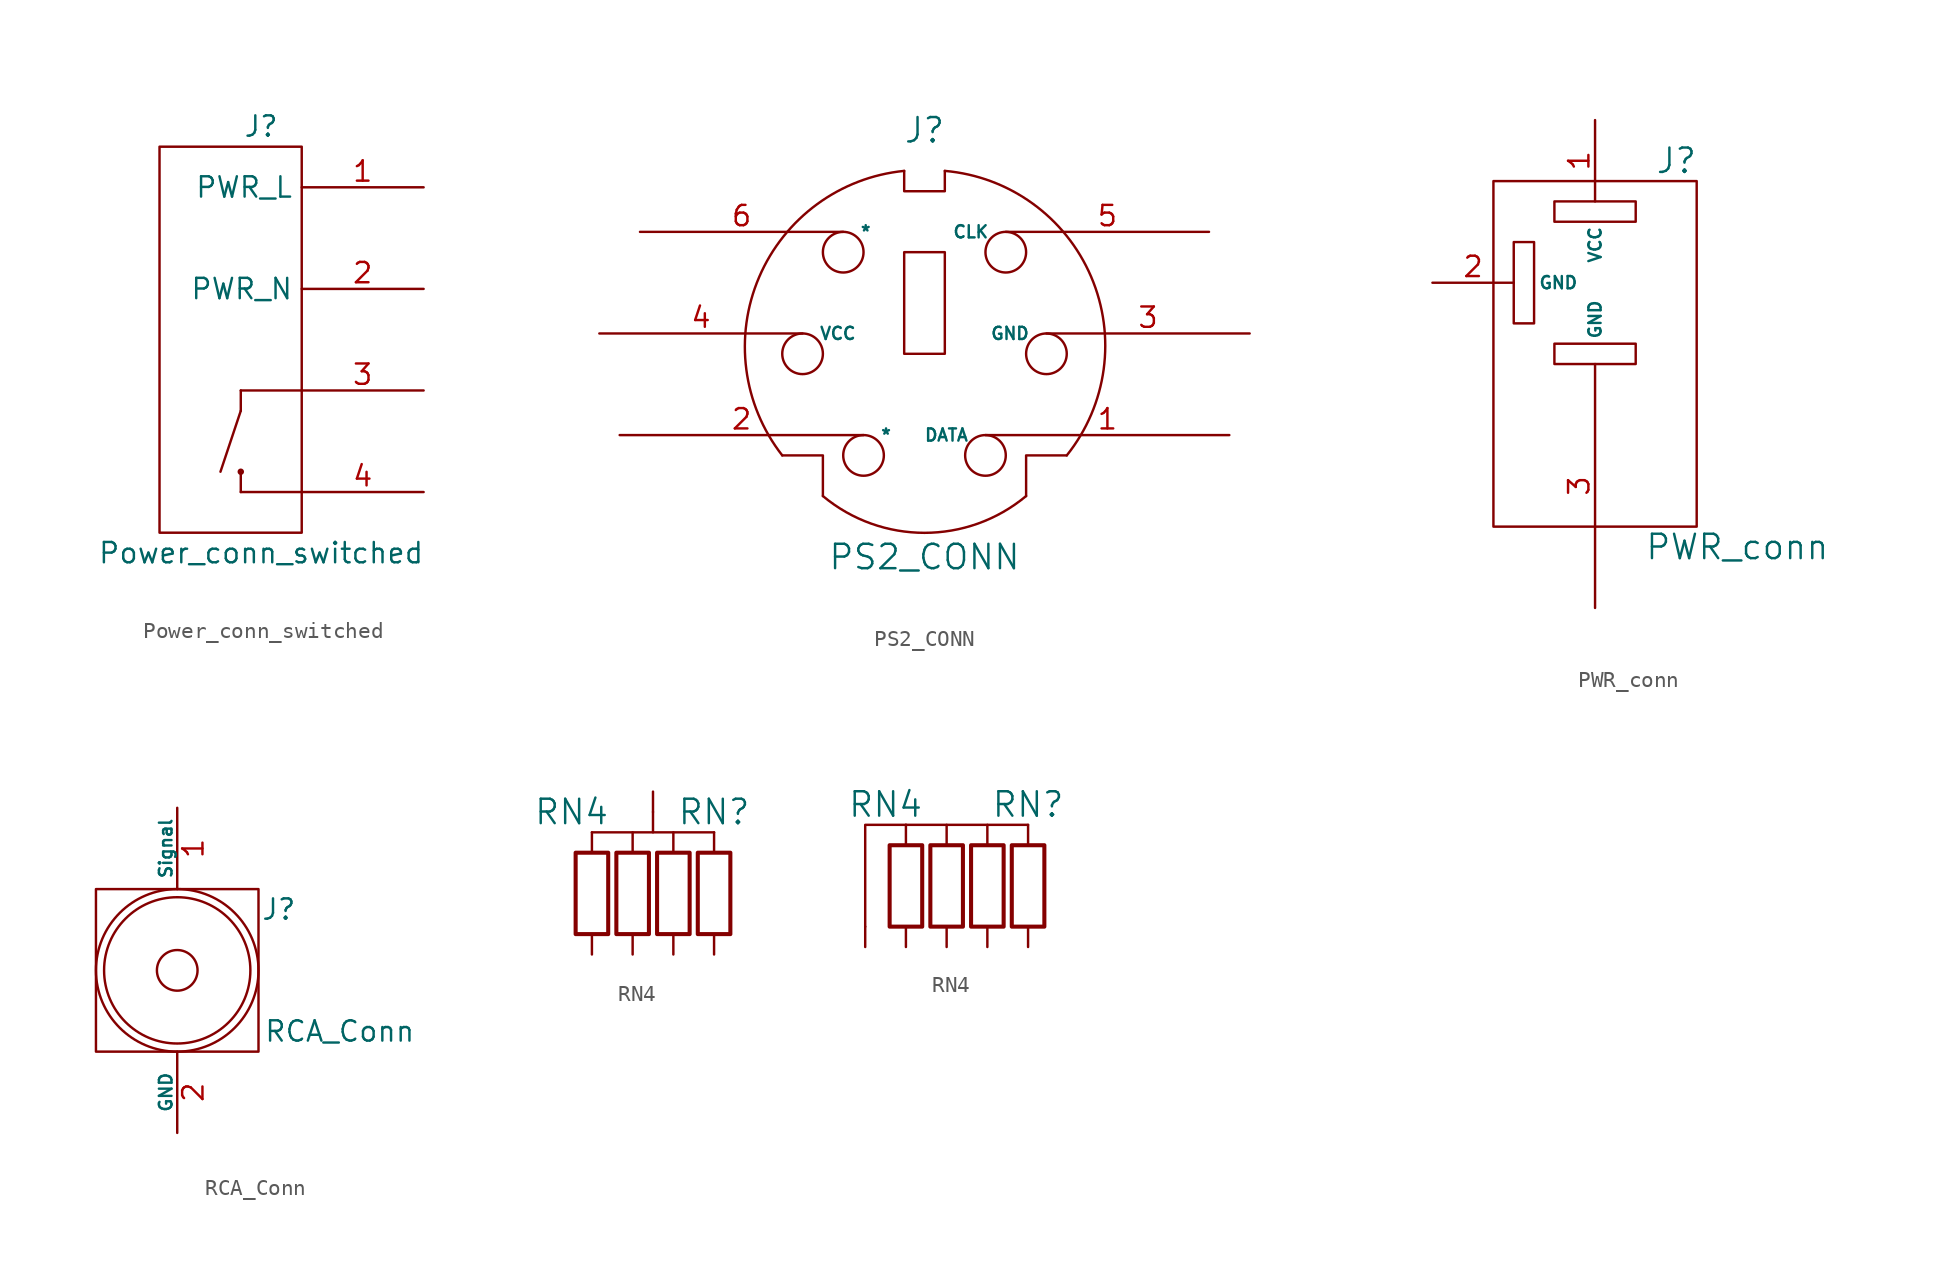
<source format=kicad_sym>
(kicad_symbol_lib
  (version 20211014)
  (generator kicad_symbol_editor)
  (symbol "Power_conn_switched"
    (property "Reference" "J"
      (at 0 11.43 0)
      (effects (font (size 1.27 1.27))))
    (property "Value" "Power_conn_switched"
      (at 0 -15.24 0)
      (effects (font (size 1.27 1.27))))
    (symbol "Power_conn_switched_0_1"
      (circle (center -1.27 -10.16) (radius 0.127) (stroke (width 0) (type default) (color 0 0 0 0)) (fill (type none)))
      (polyline (pts (xy -1.27 -10.16) (xy -1.27 -11.43)) (stroke (width 0) (type default) (color 0 0 0 0)) (fill (type none)))
      (polyline (pts (xy -1.27 -6.35) (xy -2.54 -10.16)) (stroke (width 0) (type default) (color 0 0 0 0)) (fill (type none)))
      (polyline (pts (xy -1.27 -6.35) (xy -1.27 -5.08)) (stroke (width 0) (type default) (color 0 0 0 0)) (fill (type none)))
      (polyline (pts (xy -1.27 -5.08) (xy 2.54 -5.08)) (stroke (width 0) (type default) (color 0 0 0 0)) (fill (type none)))
      (polyline (pts (xy 2.54 -11.43) (xy -1.27 -11.43)) (stroke (width 0) (type default) (color 0 0 0 0)) (fill (type none)))
      (rectangle (start 2.54 10.16) (end -6.35 -13.97) (stroke (width 0) (type default) (color 0 0 0 0)) (fill (type none))))
    (symbol "Power_conn_switched_1_1"
      (pin power_out line (at 10.16 7.62 180) (length 7.62) (name "PWR_L" (effects (font (size 1.27 1.27)))) (number "1" (effects (font (size 1.27 1.27)))))
      (pin power_out line (at 10.16 1.27 180) (length 7.62) (name "PWR_N" (effects (font (size 1.27 1.27)))) (number "2" (effects (font (size 1.27 1.27)))))
      (pin power_in line (at 10.16 -5.08 180) (length 7.62) (name "" (effects (font (size 1.27 1.27)))) (number "3" (effects (font (size 1.27 1.27)))))
      (pin power_out line (at 10.16 -11.43 180) (length 7.62) (name "" (effects (font (size 1.27 1.27)))) (number "4" (effects (font (size 1.27 1.27)))))))
  (symbol "PS2_CONN"
    (pin_names
      (offset 1.016))
    (property "Reference" "J"
      (at 0 13.97 0)
      (effects (font (size 1.524 1.524))))
    (property "Value" "PS2_CONN"
      (at 0 -12.7 0)
      (effects (font (size 1.524 1.524))))
    (symbol "PS2_CONN_0_1"
      (circle (center -7.62 0) (radius 1.27) (stroke (width 0) (type default) (color 0 0 0 0)) (fill (type none)))
      (arc (start -6.35 -8.89) (mid 0 -11.189) (end 6.35 -8.89) (stroke (width 0) (type default) (color 0 0 0 0)) (fill (type none)))
      (circle (center -5.08 6.35) (radius 1.27) (stroke (width 0) (type default) (color 0 0 0 0)) (fill (type none)))
      (circle (center -3.81 -6.35) (radius 1.27) (stroke (width 0) (type default) (color 0 0 0 0)) (fill (type none)))
      (rectangle (start -1.27 6.35) (end 1.27 0) (stroke (width 0) (type default) (color 0 0 0 0)) (fill (type none)))
      (arc (start -1.27 11.43) (mid -10.3352 4.7885) (end -8.89 -6.35) (stroke (width 0) (type default) (color 0 0 0 0)) (fill (type none)))
      (polyline (pts (xy -8.89 -6.35) (xy -6.35 -6.35) (xy -6.35 -8.89)) (stroke (width 0) (type default) (color 0 0 0 0)) (fill (type none)))
      (polyline (pts (xy 8.89 -6.35) (xy 6.35 -6.35) (xy 6.35 -8.89)) (stroke (width 0) (type default) (color 0 0 0 0)) (fill (type none)))
      (polyline (pts (xy -1.27 11.43) (xy -1.27 10.16) (xy 1.27 10.16) (xy 1.27 11.43)) (stroke (width 0) (type default) (color 0 0 0 0)) (fill (type none)))
      (circle (center 3.81 -6.35) (radius 1.27) (stroke (width 0) (type default) (color 0 0 0 0)) (fill (type none)))
      (circle (center 5.08 6.35) (radius 1.27) (stroke (width 0) (type default) (color 0 0 0 0)) (fill (type none)))
      (circle (center 7.62 0) (radius 1.27) (stroke (width 0) (type default) (color 0 0 0 0)) (fill (type none)))
      (arc (start 8.89 -6.35) (mid 10.4069 4.8306) (end 1.27 11.43) (stroke (width 0) (type default) (color 0 0 0 0)) (fill (type none))))
    (symbol "PS2_CONN_1_1"
      (pin input line (at 19.05 -5.08 180) (length 15.24) (name "DATA" (effects (font (size 0.762 0.762)))) (number "1" (effects (font (size 1.27 1.27)))))
      (pin input line (at -19.05 -5.08 0) (length 15.24) (name "*" (effects (font (size 0.762 0.762)))) (number "2" (effects (font (size 1.27 1.27)))))
      (pin input line (at 20.32 1.27 180) (length 12.7) (name "GND" (effects (font (size 0.762 0.762)))) (number "3" (effects (font (size 1.27 1.27)))))
      (pin input line (at -20.32 1.27 0) (length 12.7) (name "VCC" (effects (font (size 0.762 0.762)))) (number "4" (effects (font (size 1.27 1.27)))))
      (pin input line (at 17.78 7.62 180) (length 12.7) (name "CLK" (effects (font (size 0.762 0.762)))) (number "5" (effects (font (size 1.27 1.27)))))
      (pin input line (at -17.78 7.62 0) (length 12.7) (name "*" (effects (font (size 0.762 0.762)))) (number "6" (effects (font (size 1.27 1.27)))))))
  (symbol "PWR_conn"
    (pin_names
      (offset 1.524))
    (property "Reference" "J"
      (at 5.08 8.89 0)
      (effects (font (size 1.524 1.524))))
    (property "Value" "PWR_conn"
      (at 8.89 -15.24 0)
      (effects (font (size 1.524 1.524))))
    (symbol "PWR_conn_0_1"
      (rectangle (start -6.35 7.62) (end 6.35 -13.97) (stroke (width 0) (type default) (color 0 0 0 0)) (fill (type none)))
      (rectangle (start -3.81 3.81) (end -5.08 -1.27) (stroke (width 0) (type default) (color 0 0 0 0)) (fill (type none)))
      (rectangle (start -2.54 -2.54) (end 2.54 -3.81) (stroke (width 0) (type default) (color 0 0 0 0)) (fill (type none)))
      (rectangle (start -2.54 6.35) (end 2.54 5.08) (stroke (width 0) (type default) (color 0 0 0 0)) (fill (type none))))
    (symbol "PWR_conn_1_1"
      (pin power_out line (at 0 11.43 270) (length 5.08) (name "VCC" (effects (font (size 0.762 0.762)))) (number "1" (effects (font (size 1.27 1.27)))))
      (pin power_out line (at -10.16 1.27 0) (length 5.08) (name "GND" (effects (font (size 0.762 0.762)))) (number "2" (effects (font (size 1.27 1.27)))))
      (pin input line (at 0 -19.05 90) (length 15.24) (name "GND" (effects (font (size 0.762 0.762)))) (number "3" (effects (font (size 1.27 1.27)))))))
  (symbol "RCA_Conn"
    (pin_names
      (offset 0))
    (property "Reference" "J"
      (at 6.35 3.81 0)
      (effects (font (size 1.27 1.27))))
    (property "Value" "RCA_Conn"
      (at 10.16 -3.81 0)
      (effects (font (size 1.27 1.27))))
    (symbol "RCA_Conn_0_1"
      (rectangle (start -5.08 5.08) (end 5.08 -5.08) (stroke (width 0) (type default) (color 0 0 0 0)) (fill (type none)))
      (circle (center 0 0) (radius 1.27) (stroke (width 0) (type default) (color 0 0 0 0)) (fill (type none)))
      (circle (center 0 0) (radius 4.572) (stroke (width 0) (type default) (color 0 0 0 0)) (fill (type none)))
      (circle (center 0 0) (radius 5.08) (stroke (width 0) (type default) (color 0 0 0 0)) (fill (type none))))
    (symbol "RCA_Conn_1_1"
      (pin input line (at 0 10.16 270) (length 5.08) (name "Signal" (effects (font (size 0.787 0.787)))) (number "1" (effects (font (size 1.27 1.27)))))
      (pin input line (at 0 -10.16 90) (length 5.08) (name "GND" (effects (font (size 0.787 0.787)))) (number "2" (effects (font (size 1.27 1.27)))))))
  (symbol "RN4"
    (pin_numbers hide)
    (pin_names
      (offset 1.016) hide)
    (property "Reference" "RN"
      (at 3.81 5.08 0)
      (effects (font (size 1.524 1.524))))
    (property "Value" "RN4"
      (at -5.08 5.08 0)
      (effects (font (size 1.524 1.524))))
    (symbol "RN4_0_1"
      (polyline (pts (xy -3.81 2.54) (xy -3.81 3.81)) (stroke (width 0) (type default) (color 0 0 0 0)) (fill (type none)))
      (polyline (pts (xy -3.81 3.81) (xy 3.81 3.81)) (stroke (width 0) (type default) (color 0 0 0 0)) (fill (type none)))
      (polyline (pts (xy -1.27 2.54) (xy -1.27 3.81)) (stroke (width 0) (type default) (color 0 0 0 0)) (fill (type none)))
      (polyline (pts (xy 0 5.08) (xy 0 3.81)) (stroke (width 0) (type default) (color 0 0 0 0)) (fill (type none)))
      (polyline (pts (xy 1.27 2.54) (xy 1.27 3.81)) (stroke (width 0) (type default) (color 0 0 0 0)) (fill (type none)))
      (polyline (pts (xy 3.81 2.54) (xy 3.81 3.81)) (stroke (width 0) (type default) (color 0 0 0 0)) (fill (type none))))
    (symbol "RN4_0_2"
      (polyline (pts (xy -3.81 3.81) (xy 3.81 3.81)) (stroke (width 0) (type default) (color 0 0 0 0)) (fill (type none)))
      (polyline (pts (xy -3.81 3.81) (xy -6.35 3.81) (xy -6.35 -2.54)) (stroke (width 0) (type default) (color 0 0 0 0)) (fill (type none))))
    (symbol "RN4_1_1"
      (rectangle (start -4.826 -2.54) (end -2.794 2.54) (stroke (width 0.254) (type default) (color 0 0 0 0)) (fill (type none)))
      (rectangle (start -2.286 -2.54) (end -0.254 2.54) (stroke (width 0.254) (type default) (color 0 0 0 0)) (fill (type none)))
      (rectangle (start 0.254 -2.54) (end 2.286 2.54) (stroke (width 0.254) (type default) (color 0 0 0 0)) (fill (type none)))
      (rectangle (start 2.794 -2.54) (end 4.826 2.54) (stroke (width 0.254) (type default) (color 0 0 0 0)) (fill (type none)))
      (pin passive line (at 0 6.35 270) (length 1.27) (name "~" (effects (font (size 1.27 1.27)))) (number "1" (effects (font (size 1.27 1.27)))))
      (pin passive line (at -3.81 -3.81 90) (length 1.27) (name "~" (effects (font (size 1.27 1.27)))) (number "2" (effects (font (size 1.27 1.27)))))
      (pin passive line (at -1.27 -3.81 90) (length 1.27) (name "~" (effects (font (size 1.27 1.27)))) (number "3" (effects (font (size 1.27 1.27)))))
      (pin passive line (at 1.27 -3.81 90) (length 1.27) (name "~" (effects (font (size 1.27 1.27)))) (number "4" (effects (font (size 1.27 1.27)))))
      (pin passive line (at 3.81 -3.81 90) (length 1.27) (name "~" (effects (font (size 1.27 1.27)))) (number "5" (effects (font (size 1.27 1.27))))))
    (symbol "RN4_1_2"
      (rectangle (start -4.826 -2.54) (end -2.794 2.54) (stroke (width 0.254) (type default) (color 0 0 0 0)) (fill (type none)))
      (rectangle (start -2.286 -2.54) (end -0.254 2.54) (stroke (width 0.254) (type default) (color 0 0 0 0)) (fill (type none)))
      (polyline (pts (xy -3.81 2.54) (xy -3.81 3.81)) (stroke (width 0) (type default) (color 0 0 0 0)) (fill (type none)))
      (polyline (pts (xy -1.27 2.54) (xy -1.27 3.81)) (stroke (width 0) (type default) (color 0 0 0 0)) (fill (type none)))
      (polyline (pts (xy 1.27 2.54) (xy 1.27 3.81)) (stroke (width 0) (type default) (color 0 0 0 0)) (fill (type none)))
      (polyline (pts (xy 3.81 2.54) (xy 3.81 3.81)) (stroke (width 0) (type default) (color 0 0 0 0)) (fill (type none)))
      (rectangle (start 0.254 -2.54) (end 2.286 2.54) (stroke (width 0.254) (type default) (color 0 0 0 0)) (fill (type none)))
      (rectangle (start 2.794 -2.54) (end 4.826 2.54) (stroke (width 0.254) (type default) (color 0 0 0 0)) (fill (type none)))
      (pin passive line (at -6.35 -3.81 90) (length 1.27) (name "~" (effects (font (size 1.27 1.27)))) (number "1" (effects (font (size 1.27 1.27)))))
      (pin passive line (at -3.81 -3.81 90) (length 1.27) (name "~" (effects (font (size 1.27 1.27)))) (number "2" (effects (font (size 1.27 1.27)))))
      (pin passive line (at -1.27 -3.81 90) (length 1.27) (name "~" (effects (font (size 1.27 1.27)))) (number "3" (effects (font (size 1.27 1.27)))))
      (pin passive line (at 1.27 -3.81 90) (length 1.27) (name "~" (effects (font (size 1.27 1.27)))) (number "4" (effects (font (size 1.27 1.27)))))
      (pin passive line (at 3.81 -3.81 90) (length 1.27) (name "~" (effects (font (size 1.27 1.27)))) (number "5" (effects (font (size 1.27 1.27))))))))
</source>
